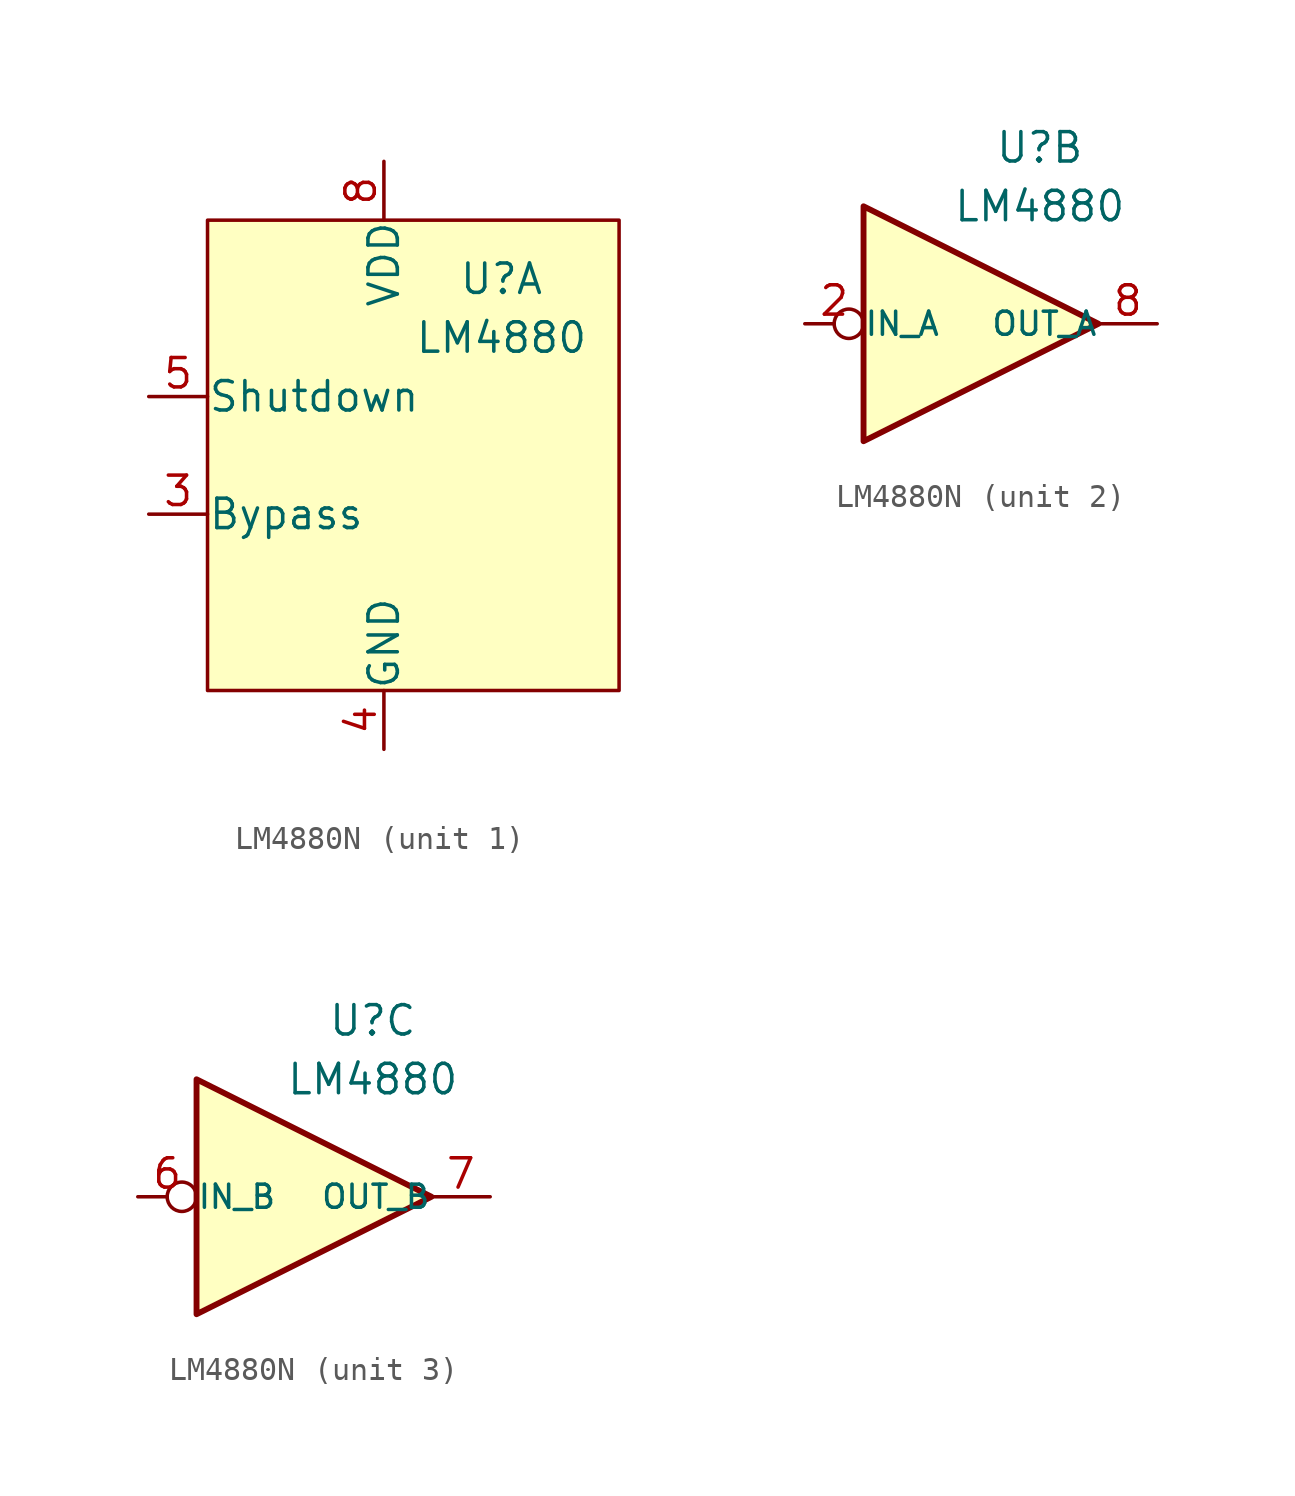
<source format=kicad_sym>
(kicad_symbol_lib
  (version 20220914)
  (generator kicad_symbol_editor)
  (symbol "LM4880N"
    (pin_names
      (offset 0.002))
    (property "Reference" "U"
      (at 5.08 7.62 0)
      (effects (font (size 1.27 1.27))))
    (property "Value" "LM4880"
      (at 5.08 5.08 0)
      (effects (font (size 1.27 1.27))))
    (property "ki_locked" ""
      (at 0 0 0)
      (effects (font (size 1.27 1.27))))
    (symbol "LM4880N_1_1"
      (rectangle (start -7.62 10.16) (end 10.16 -10.16) (stroke (width 0) (type default)) (fill (type background)))
      (pin passive line (at -10.16 -2.54 0) (length 2.54) (name "Bypass" (effects (font (size 1.27 1.27)))) (number "3" (effects (font (size 1.27 1.27)))))
      (pin power_in line (at 0 -12.7 90) (length 2.54) (name "GND" (effects (font (size 1.27 1.27)))) (number "4" (effects (font (size 1.27 1.27)))))
      (pin input line (at -10.16 2.54 0) (length 2.54) (name "Shutdown" (effects (font (size 1.27 1.27)))) (number "5" (effects (font (size 1.27 1.27)))))
      (pin power_in line (at 0 12.7 270) (length 2.54) (name "VDD" (effects (font (size 1.27 1.27)))) (number "8" (effects (font (size 1.27 1.27))))))
    (symbol "LM4880N_2_1"
      (polyline (pts (xy -2.54 5.08) (xy 7.62 0) (xy -2.54 -5.08) (xy -2.54 5.08)) (stroke (width 0.254) (type default)) (fill (type background)))
      (pin input inverted (at -5.08 0 0) (length 2.54) (name "IN_A" (effects (font (size 1 1)))) (number "2" (effects (font (size 1.27 1.27)))))
      (pin output line (at 10.16 0 180) (length 2.54) (name "OUT_A" (effects (font (size 1 1)))) (number "8" (effects (font (size 1.27 1.27))))))
    (symbol "LM4880N_3_1"
      (polyline (pts (xy -2.54 5.08) (xy 7.62 0) (xy -2.54 -5.08) (xy -2.54 5.08)) (stroke (width 0.254) (type default)) (fill (type background)))
      (pin input inverted (at -5.08 0 0) (length 2.54) (name "IN_B" (effects (font (size 1 1)))) (number "6" (effects (font (size 1.27 1.27)))))
      (pin output line (at 10.16 0 180) (length 2.54) (name "OUT_B" (effects (font (size 1 1)))) (number "7" (effects (font (size 1.27 1.27))))))))
</source>
